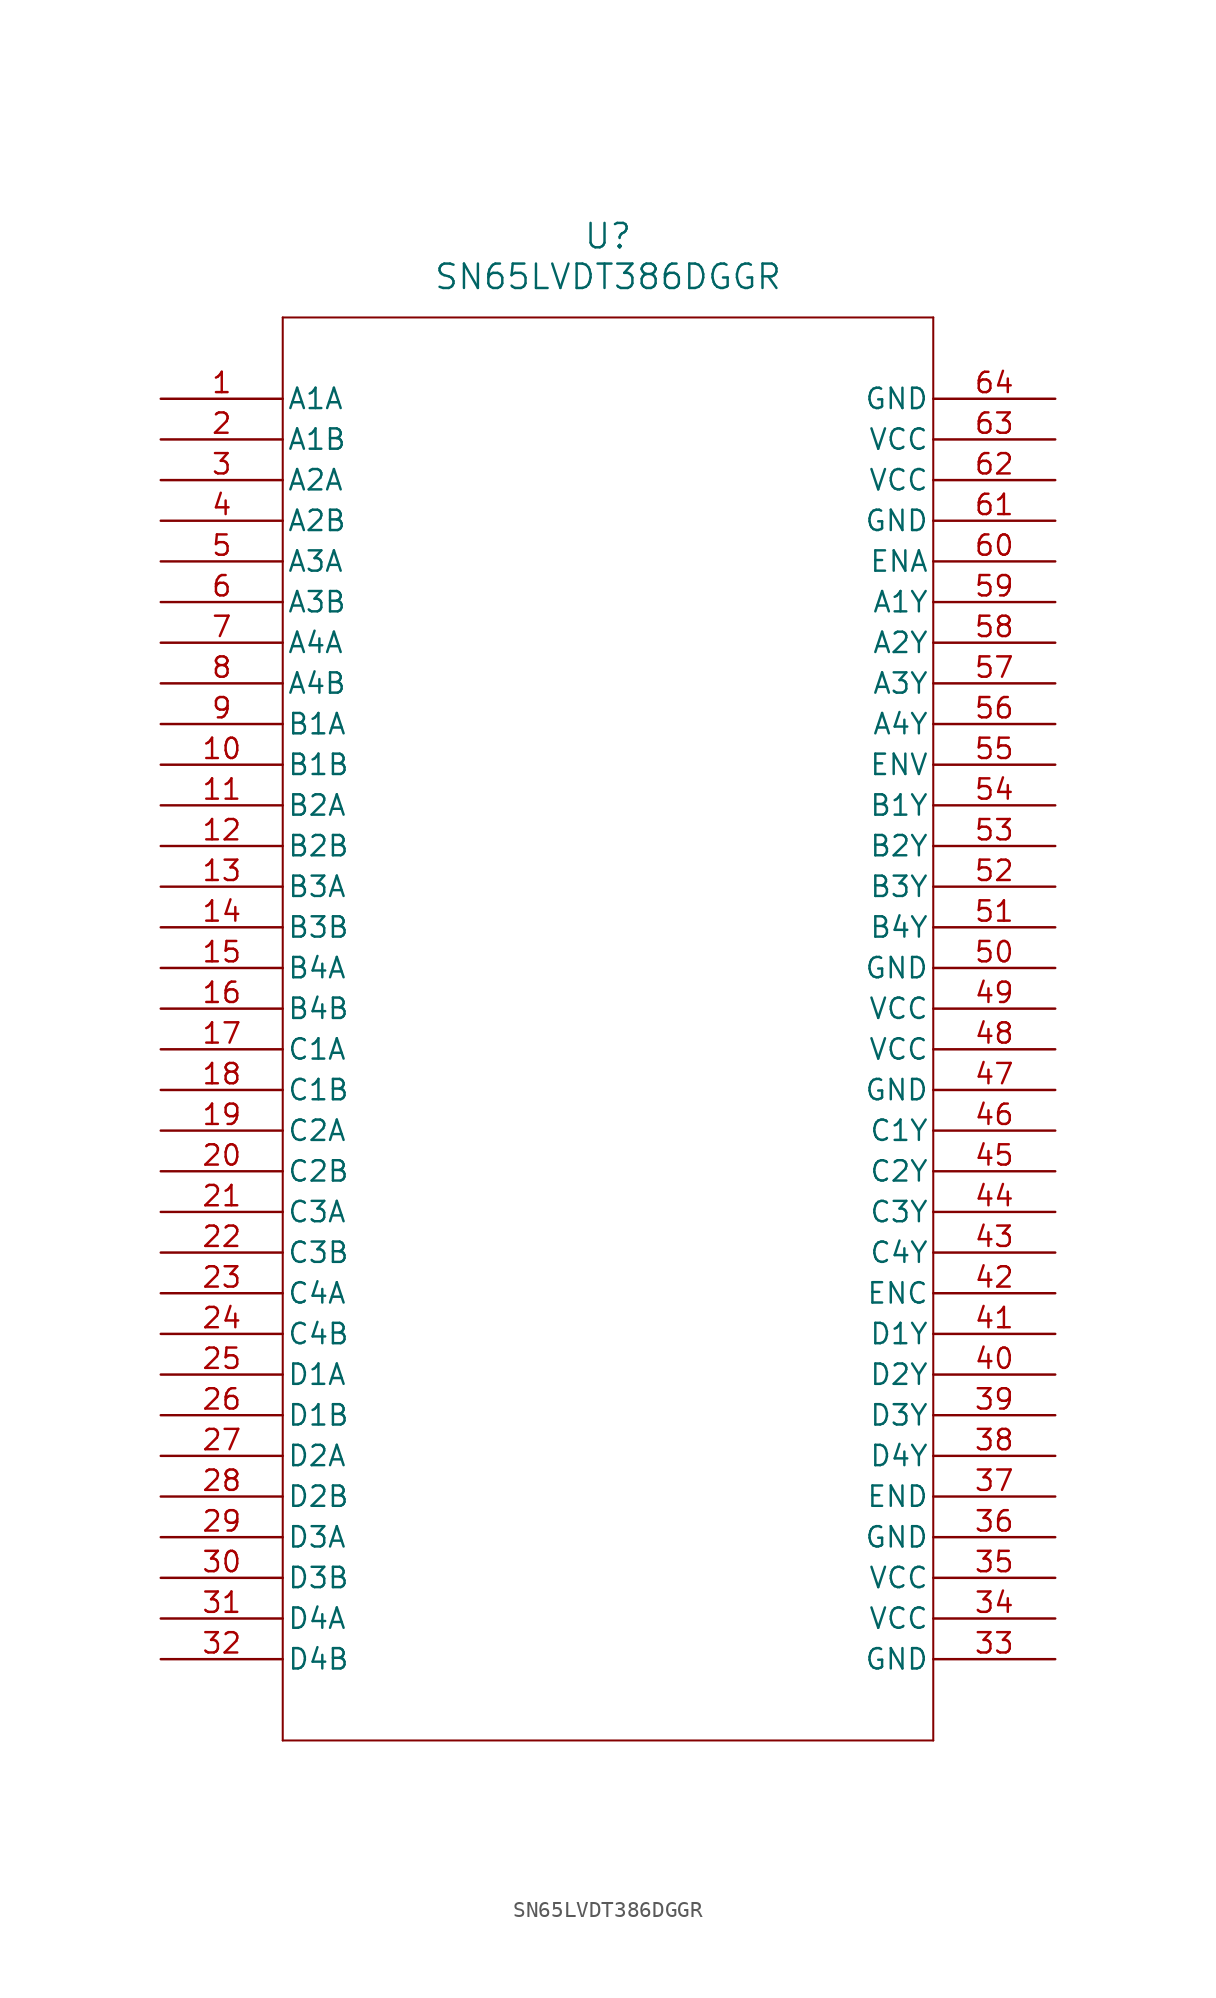
<source format=kicad_sym>
(kicad_symbol_lib
  (version 20211014)
  (generator kicad_symbol_editor)
  (symbol "SN65LVDT386DGGR"
    (pin_names
      (offset 0.254))
    (property "Reference" "U"
      (at 27.94 10.16 0)
      (effects (font (size 1.524 1.524))))
    (property "Value" "SN65LVDT386DGGR"
      (at 27.94 7.62 0)
      (effects (font (size 1.524 1.524))))
    (symbol "SN65LVDT386DGGR_0_1"
      (polyline (pts (xy 7.62 5.08) (xy 7.62 -83.82)) (stroke (width 0.127) (type default) (color 0 0 0 0)) (fill (type none)))
      (polyline (pts (xy 7.62 -83.82) (xy 48.26 -83.82)) (stroke (width 0.127) (type default) (color 0 0 0 0)) (fill (type none)))
      (polyline (pts (xy 48.26 -83.82) (xy 48.26 5.08)) (stroke (width 0.127) (type default) (color 0 0 0 0)) (fill (type none)))
      (polyline (pts (xy 48.26 5.08) (xy 7.62 5.08)) (stroke (width 0.127) (type default) (color 0 0 0 0)) (fill (type none)))
      (pin input line (at 0 0 0) (length 7.62) (name "A1A" (effects (font (size 1.27 1.27)))) (number "1" (effects (font (size 1.27 1.27)))))
      (pin input line (at 0 -2.54 0) (length 7.62) (name "A1B" (effects (font (size 1.27 1.27)))) (number "2" (effects (font (size 1.27 1.27)))))
      (pin input line (at 0 -5.08 0) (length 7.62) (name "A2A" (effects (font (size 1.27 1.27)))) (number "3" (effects (font (size 1.27 1.27)))))
      (pin input line (at 0 -7.62 0) (length 7.62) (name "A2B" (effects (font (size 1.27 1.27)))) (number "4" (effects (font (size 1.27 1.27)))))
      (pin input line (at 0 -10.16 0) (length 7.62) (name "A3A" (effects (font (size 1.27 1.27)))) (number "5" (effects (font (size 1.27 1.27)))))
      (pin input line (at 0 -12.7 0) (length 7.62) (name "A3B" (effects (font (size 1.27 1.27)))) (number "6" (effects (font (size 1.27 1.27)))))
      (pin input line (at 0 -15.24 0) (length 7.62) (name "A4A" (effects (font (size 1.27 1.27)))) (number "7" (effects (font (size 1.27 1.27)))))
      (pin input line (at 0 -17.78 0) (length 7.62) (name "A4B" (effects (font (size 1.27 1.27)))) (number "8" (effects (font (size 1.27 1.27)))))
      (pin input line (at 0 -20.32 0) (length 7.62) (name "B1A" (effects (font (size 1.27 1.27)))) (number "9" (effects (font (size 1.27 1.27)))))
      (pin input line (at 0 -22.86 0) (length 7.62) (name "B1B" (effects (font (size 1.27 1.27)))) (number "10" (effects (font (size 1.27 1.27)))))
      (pin input line (at 0 -25.4 0) (length 7.62) (name "B2A" (effects (font (size 1.27 1.27)))) (number "11" (effects (font (size 1.27 1.27)))))
      (pin input line (at 0 -27.94 0) (length 7.62) (name "B2B" (effects (font (size 1.27 1.27)))) (number "12" (effects (font (size 1.27 1.27)))))
      (pin input line (at 0 -30.48 0) (length 7.62) (name "B3A" (effects (font (size 1.27 1.27)))) (number "13" (effects (font (size 1.27 1.27)))))
      (pin input line (at 0 -33.02 0) (length 7.62) (name "B3B" (effects (font (size 1.27 1.27)))) (number "14" (effects (font (size 1.27 1.27)))))
      (pin input line (at 0 -35.56 0) (length 7.62) (name "B4A" (effects (font (size 1.27 1.27)))) (number "15" (effects (font (size 1.27 1.27)))))
      (pin input line (at 0 -38.1 0) (length 7.62) (name "B4B" (effects (font (size 1.27 1.27)))) (number "16" (effects (font (size 1.27 1.27)))))
      (pin input line (at 0 -40.64 0) (length 7.62) (name "C1A" (effects (font (size 1.27 1.27)))) (number "17" (effects (font (size 1.27 1.27)))))
      (pin input line (at 0 -43.18 0) (length 7.62) (name "C1B" (effects (font (size 1.27 1.27)))) (number "18" (effects (font (size 1.27 1.27)))))
      (pin input line (at 0 -45.72 0) (length 7.62) (name "C2A" (effects (font (size 1.27 1.27)))) (number "19" (effects (font (size 1.27 1.27)))))
      (pin input line (at 0 -48.26 0) (length 7.62) (name "C2B" (effects (font (size 1.27 1.27)))) (number "20" (effects (font (size 1.27 1.27)))))
      (pin input line (at 0 -50.8 0) (length 7.62) (name "C3A" (effects (font (size 1.27 1.27)))) (number "21" (effects (font (size 1.27 1.27)))))
      (pin input line (at 0 -53.34 0) (length 7.62) (name "C3B" (effects (font (size 1.27 1.27)))) (number "22" (effects (font (size 1.27 1.27)))))
      (pin input line (at 0 -55.88 0) (length 7.62) (name "C4A" (effects (font (size 1.27 1.27)))) (number "23" (effects (font (size 1.27 1.27)))))
      (pin input line (at 0 -58.42 0) (length 7.62) (name "C4B" (effects (font (size 1.27 1.27)))) (number "24" (effects (font (size 1.27 1.27)))))
      (pin input line (at 0 -60.96 0) (length 7.62) (name "D1A" (effects (font (size 1.27 1.27)))) (number "25" (effects (font (size 1.27 1.27)))))
      (pin input line (at 0 -63.5 0) (length 7.62) (name "D1B" (effects (font (size 1.27 1.27)))) (number "26" (effects (font (size 1.27 1.27)))))
      (pin input line (at 0 -66.04 0) (length 7.62) (name "D2A" (effects (font (size 1.27 1.27)))) (number "27" (effects (font (size 1.27 1.27)))))
      (pin input line (at 0 -68.58 0) (length 7.62) (name "D2B" (effects (font (size 1.27 1.27)))) (number "28" (effects (font (size 1.27 1.27)))))
      (pin input line (at 0 -71.12 0) (length 7.62) (name "D3A" (effects (font (size 1.27 1.27)))) (number "29" (effects (font (size 1.27 1.27)))))
      (pin input line (at 0 -73.66 0) (length 7.62) (name "D3B" (effects (font (size 1.27 1.27)))) (number "30" (effects (font (size 1.27 1.27)))))
      (pin input line (at 0 -76.2 0) (length 7.62) (name "D4A" (effects (font (size 1.27 1.27)))) (number "31" (effects (font (size 1.27 1.27)))))
      (pin input line (at 0 -78.74 0) (length 7.62) (name "D4B" (effects (font (size 1.27 1.27)))) (number "32" (effects (font (size 1.27 1.27)))))
      (pin power_in line (at 55.88 -78.74 180) (length 7.62) (name "GND" (effects (font (size 1.27 1.27)))) (number "33" (effects (font (size 1.27 1.27)))))
      (pin power_in line (at 55.88 -76.2 180) (length 7.62) (name "VCC" (effects (font (size 1.27 1.27)))) (number "34" (effects (font (size 1.27 1.27)))))
      (pin power_in line (at 55.88 -73.66 180) (length 7.62) (name "VCC" (effects (font (size 1.27 1.27)))) (number "35" (effects (font (size 1.27 1.27)))))
      (pin power_in line (at 55.88 -71.12 180) (length 7.62) (name "GND" (effects (font (size 1.27 1.27)))) (number "36" (effects (font (size 1.27 1.27)))))
      (pin input line (at 55.88 -68.58 180) (length 7.62) (name "END" (effects (font (size 1.27 1.27)))) (number "37" (effects (font (size 1.27 1.27)))))
      (pin output line (at 55.88 -66.04 180) (length 7.62) (name "D4Y" (effects (font (size 1.27 1.27)))) (number "38" (effects (font (size 1.27 1.27)))))
      (pin output line (at 55.88 -63.5 180) (length 7.62) (name "D3Y" (effects (font (size 1.27 1.27)))) (number "39" (effects (font (size 1.27 1.27)))))
      (pin output line (at 55.88 -60.96 180) (length 7.62) (name "D2Y" (effects (font (size 1.27 1.27)))) (number "40" (effects (font (size 1.27 1.27)))))
      (pin output line (at 55.88 -58.42 180) (length 7.62) (name "D1Y" (effects (font (size 1.27 1.27)))) (number "41" (effects (font (size 1.27 1.27)))))
      (pin input line (at 55.88 -55.88 180) (length 7.62) (name "ENC" (effects (font (size 1.27 1.27)))) (number "42" (effects (font (size 1.27 1.27)))))
      (pin output line (at 55.88 -53.34 180) (length 7.62) (name "C4Y" (effects (font (size 1.27 1.27)))) (number "43" (effects (font (size 1.27 1.27)))))
      (pin output line (at 55.88 -50.8 180) (length 7.62) (name "C3Y" (effects (font (size 1.27 1.27)))) (number "44" (effects (font (size 1.27 1.27)))))
      (pin output line (at 55.88 -48.26 180) (length 7.62) (name "C2Y" (effects (font (size 1.27 1.27)))) (number "45" (effects (font (size 1.27 1.27)))))
      (pin output line (at 55.88 -45.72 180) (length 7.62) (name "C1Y" (effects (font (size 1.27 1.27)))) (number "46" (effects (font (size 1.27 1.27)))))
      (pin power_in line (at 55.88 -43.18 180) (length 7.62) (name "GND" (effects (font (size 1.27 1.27)))) (number "47" (effects (font (size 1.27 1.27)))))
      (pin power_in line (at 55.88 -40.64 180) (length 7.62) (name "VCC" (effects (font (size 1.27 1.27)))) (number "48" (effects (font (size 1.27 1.27)))))
      (pin power_in line (at 55.88 -38.1 180) (length 7.62) (name "VCC" (effects (font (size 1.27 1.27)))) (number "49" (effects (font (size 1.27 1.27)))))
      (pin power_in line (at 55.88 -35.56 180) (length 7.62) (name "GND" (effects (font (size 1.27 1.27)))) (number "50" (effects (font (size 1.27 1.27)))))
      (pin output line (at 55.88 -33.02 180) (length 7.62) (name "B4Y" (effects (font (size 1.27 1.27)))) (number "51" (effects (font (size 1.27 1.27)))))
      (pin output line (at 55.88 -30.48 180) (length 7.62) (name "B3Y" (effects (font (size 1.27 1.27)))) (number "52" (effects (font (size 1.27 1.27)))))
      (pin output line (at 55.88 -27.94 180) (length 7.62) (name "B2Y" (effects (font (size 1.27 1.27)))) (number "53" (effects (font (size 1.27 1.27)))))
      (pin output line (at 55.88 -25.4 180) (length 7.62) (name "B1Y" (effects (font (size 1.27 1.27)))) (number "54" (effects (font (size 1.27 1.27)))))
      (pin input line (at 55.88 -22.86 180) (length 7.62) (name "ENV" (effects (font (size 1.27 1.27)))) (number "55" (effects (font (size 1.27 1.27)))))
      (pin output line (at 55.88 -20.32 180) (length 7.62) (name "A4Y" (effects (font (size 1.27 1.27)))) (number "56" (effects (font (size 1.27 1.27)))))
      (pin output line (at 55.88 -17.78 180) (length 7.62) (name "A3Y" (effects (font (size 1.27 1.27)))) (number "57" (effects (font (size 1.27 1.27)))))
      (pin output line (at 55.88 -15.24 180) (length 7.62) (name "A2Y" (effects (font (size 1.27 1.27)))) (number "58" (effects (font (size 1.27 1.27)))))
      (pin output line (at 55.88 -12.7 180) (length 7.62) (name "A1Y" (effects (font (size 1.27 1.27)))) (number "59" (effects (font (size 1.27 1.27)))))
      (pin input line (at 55.88 -10.16 180) (length 7.62) (name "ENA" (effects (font (size 1.27 1.27)))) (number "60" (effects (font (size 1.27 1.27)))))
      (pin power_in line (at 55.88 -7.62 180) (length 7.62) (name "GND" (effects (font (size 1.27 1.27)))) (number "61" (effects (font (size 1.27 1.27)))))
      (pin power_in line (at 55.88 -5.08 180) (length 7.62) (name "VCC" (effects (font (size 1.27 1.27)))) (number "62" (effects (font (size 1.27 1.27)))))
      (pin power_in line (at 55.88 -2.54 180) (length 7.62) (name "VCC" (effects (font (size 1.27 1.27)))) (number "63" (effects (font (size 1.27 1.27)))))
      (pin power_in line (at 55.88 0 180) (length 7.62) (name "GND" (effects (font (size 1.27 1.27)))) (number "64" (effects (font (size 1.27 1.27))))))))
</source>
